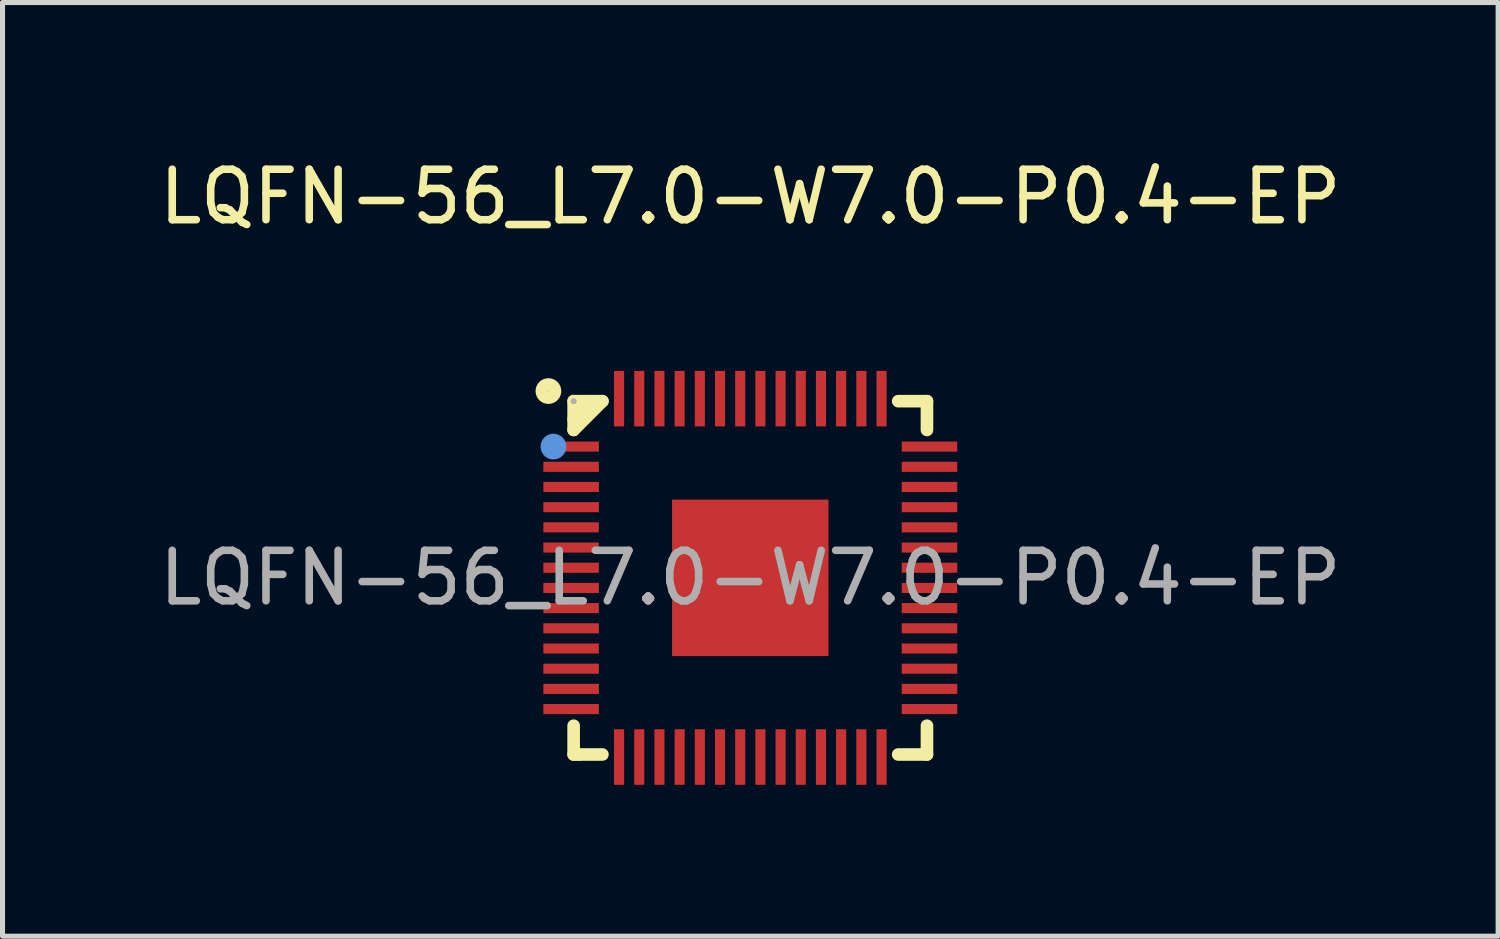
<source format=kicad_pcb>
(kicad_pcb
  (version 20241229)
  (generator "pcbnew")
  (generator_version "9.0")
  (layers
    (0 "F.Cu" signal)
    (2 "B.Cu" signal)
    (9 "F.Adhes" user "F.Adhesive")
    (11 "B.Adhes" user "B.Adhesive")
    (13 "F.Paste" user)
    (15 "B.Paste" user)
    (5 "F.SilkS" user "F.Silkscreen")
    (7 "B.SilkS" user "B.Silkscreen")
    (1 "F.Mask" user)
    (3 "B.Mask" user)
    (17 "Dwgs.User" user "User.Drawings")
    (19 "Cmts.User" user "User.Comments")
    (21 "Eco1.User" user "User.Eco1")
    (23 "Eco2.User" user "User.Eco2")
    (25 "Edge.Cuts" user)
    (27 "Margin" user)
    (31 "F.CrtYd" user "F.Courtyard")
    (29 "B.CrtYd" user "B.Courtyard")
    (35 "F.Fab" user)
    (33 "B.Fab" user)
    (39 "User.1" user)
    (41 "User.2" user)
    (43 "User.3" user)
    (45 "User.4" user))
  (footprint "LQFN-56_L7.0-W7.0-P0.4-EP"
    (layer "F.Cu")
    (at 11.815 8.398)
    (property "Reference" "LQFN-56_L7.0-W7.0-P0.4-EP" (at 0 -7.55 0) (layer "F.SilkS") (effects (font (size 1 1) (thickness 0.15))))
    (attr smd)
    (fp_line (start -3.5 -3.5) (end -2.93 -3.5) (stroke (width 0.25) (type solid)) (layer "F.SilkS"))
    (fp_line (start -3.5 -2.93) (end -3.5 -3.5) (stroke (width 0.25) (type solid)) (layer "F.SilkS"))
    (fp_line (start -3.5 -2.93) (end -2.93 -3.5) (stroke (width 0.25) (type solid)) (layer "F.SilkS"))
    (fp_line (start -3.5 3.5) (end -3.5 2.93) (stroke (width 0.25) (type solid)) (layer "F.SilkS"))
    (fp_line (start -3.4 3.5) (end -3.5 3.5) (stroke (width 0.25) (type solid)) (layer "F.SilkS"))
    (fp_line (start -3.24 -3.5) (end -3.24 -3.4) (stroke (width 0.25) (type solid)) (layer "F.SilkS"))
    (fp_line (start -3.24 -3.4) (end -3.5 -3.14) (stroke (width 0.25) (type solid)) (layer "F.SilkS"))
    (fp_line (start -2.93 3.5) (end -3.4 3.5) (stroke (width 0.25) (type solid)) (layer "F.SilkS"))
    (fp_line (start 2.93 -3.5) (end 3.5 -3.5) (stroke (width 0.25) (type solid)) (layer "F.SilkS"))
    (fp_line (start 3.5 -3.5) (end 3.5 -2.93) (stroke (width 0.25) (type solid)) (layer "F.SilkS"))
    (fp_line (start 3.5 2.93) (end 3.5 3.5) (stroke (width 0.25) (type solid)) (layer "F.SilkS"))
    (fp_line (start 3.5 3.5) (end 2.93 3.5) (stroke (width 0.25) (type solid)) (layer "F.SilkS"))
    (fp_circle (center -4 -3.7) (end -3.87 -3.7) (stroke (width 0.25) (type solid)) (fill no) (layer "F.SilkS"))
    (fp_circle (center -3.9 -2.6) (end -3.77 -2.6) (stroke (width 0.25) (type solid)) (fill no) (layer "Cmts.User"))
    (fp_circle (center -3.5 -3.5) (end -3.47 -3.5) (stroke (width 0.06) (type solid)) (fill no) (layer "F.Fab"))
    (fp_text user "${REFERENCE}" (at 0 0 0) (layer "F.Fab") (effects (font (size 1 1) (thickness 0.15))))
    (pad "1" smd rect (at -3.55 -2.6) (size 1.1 0.2) (layers "F.Cu" "F.Mask" "F.Paste"))
    (pad "2" smd rect (at -3.55 -2.2) (size 1.1 0.2) (layers "F.Cu" "F.Mask" "F.Paste"))
    (pad "3" smd rect (at -3.55 -1.8) (size 1.1 0.2) (layers "F.Cu" "F.Mask" "F.Paste"))
    (pad "4" smd rect (at -3.55 -1.4) (size 1.1 0.2) (layers "F.Cu" "F.Mask" "F.Paste"))
    (pad "5" smd rect (at -3.55 -1) (size 1.1 0.2) (layers "F.Cu" "F.Mask" "F.Paste"))
    (pad "6" smd rect (at -3.55 -0.6) (size 1.1 0.2) (layers "F.Cu" "F.Mask" "F.Paste"))
    (pad "7" smd rect (at -3.55 -0.2) (size 1.1 0.2) (layers "F.Cu" "F.Mask" "F.Paste"))
    (pad "8" smd rect (at -3.55 0.2) (size 1.1 0.2) (layers "F.Cu" "F.Mask" "F.Paste"))
    (pad "9" smd rect (at -3.55 0.6) (size 1.1 0.2) (layers "F.Cu" "F.Mask" "F.Paste"))
    (pad "10" smd rect (at -3.55 1) (size 1.1 0.2) (layers "F.Cu" "F.Mask" "F.Paste"))
    (pad "11" smd rect (at -3.55 1.4) (size 1.1 0.2) (layers "F.Cu" "F.Mask" "F.Paste"))
    (pad "12" smd rect (at -3.55 1.8) (size 1.1 0.2) (layers "F.Cu" "F.Mask" "F.Paste"))
    (pad "13" smd rect (at -3.55 2.2) (size 1.1 0.2) (layers "F.Cu" "F.Mask" "F.Paste"))
    (pad "14" smd rect (at -3.55 2.6) (size 1.1 0.2) (layers "F.Cu" "F.Mask" "F.Paste"))
    (pad "15" smd rect (at -2.6 3.55 90) (size 1.1 0.2) (layers "F.Cu" "F.Mask" "F.Paste"))
    (pad "16" smd rect (at -2.2 3.55 90) (size 1.1 0.2) (layers "F.Cu" "F.Mask" "F.Paste"))
    (pad "17" smd rect (at -1.8 3.55 90) (size 1.1 0.2) (layers "F.Cu" "F.Mask" "F.Paste"))
    (pad "18" smd rect (at -1.4 3.55 90) (size 1.1 0.2) (layers "F.Cu" "F.Mask" "F.Paste"))
    (pad "19" smd rect (at -1 3.55 90) (size 1.1 0.2) (layers "F.Cu" "F.Mask" "F.Paste"))
    (pad "20" smd rect (at -0.6 3.55 90) (size 1.1 0.2) (layers "F.Cu" "F.Mask" "F.Paste"))
    (pad "21" smd rect (at -0.2 3.55 90) (size 1.1 0.2) (layers "F.Cu" "F.Mask" "F.Paste"))
    (pad "22" smd rect (at 0.2 3.55 90) (size 1.1 0.2) (layers "F.Cu" "F.Mask" "F.Paste"))
    (pad "23" smd rect (at 0.6 3.55 90) (size 1.1 0.2) (layers "F.Cu" "F.Mask" "F.Paste"))
    (pad "24" smd rect (at 1 3.55 90) (size 1.1 0.2) (layers "F.Cu" "F.Mask" "F.Paste"))
    (pad "25" smd rect (at 1.4 3.55 90) (size 1.1 0.2) (layers "F.Cu" "F.Mask" "F.Paste"))
    (pad "26" smd rect (at 1.8 3.55 90) (size 1.1 0.2) (layers "F.Cu" "F.Mask" "F.Paste"))
    (pad "27" smd rect (at 2.2 3.55 90) (size 1.1 0.2) (layers "F.Cu" "F.Mask" "F.Paste"))
    (pad "28" smd rect (at 2.6 3.55 90) (size 1.1 0.2) (layers "F.Cu" "F.Mask" "F.Paste"))
    (pad "29" smd rect (at 3.55 2.6 180) (size 1.1 0.2) (layers "F.Cu" "F.Mask" "F.Paste"))
    (pad "30" smd rect (at 3.55 2.2 180) (size 1.1 0.2) (layers "F.Cu" "F.Mask" "F.Paste"))
    (pad "31" smd rect (at 3.55 1.8 180) (size 1.1 0.2) (layers "F.Cu" "F.Mask" "F.Paste"))
    (pad "32" smd rect (at 3.55 1.4 180) (size 1.1 0.2) (layers "F.Cu" "F.Mask" "F.Paste"))
    (pad "33" smd rect (at 3.55 1 180) (size 1.1 0.2) (layers "F.Cu" "F.Mask" "F.Paste"))
    (pad "34" smd rect (at 3.55 0.6 180) (size 1.1 0.2) (layers "F.Cu" "F.Mask" "F.Paste"))
    (pad "35" smd rect (at 3.55 0.2 180) (size 1.1 0.2) (layers "F.Cu" "F.Mask" "F.Paste"))
    (pad "36" smd rect (at 3.55 -0.2 180) (size 1.1 0.2) (layers "F.Cu" "F.Mask" "F.Paste"))
    (pad "37" smd rect (at 3.55 -0.6 180) (size 1.1 0.2) (layers "F.Cu" "F.Mask" "F.Paste"))
    (pad "38" smd rect (at 3.55 -1 180) (size 1.1 0.2) (layers "F.Cu" "F.Mask" "F.Paste"))
    (pad "39" smd rect (at 3.55 -1.4 180) (size 1.1 0.2) (layers "F.Cu" "F.Mask" "F.Paste"))
    (pad "40" smd rect (at 3.55 -1.8 180) (size 1.1 0.2) (layers "F.Cu" "F.Mask" "F.Paste"))
    (pad "41" smd rect (at 3.55 -2.2 180) (size 1.1 0.2) (layers "F.Cu" "F.Mask" "F.Paste"))
    (pad "42" smd rect (at 3.55 -2.6 180) (size 1.1 0.2) (layers "F.Cu" "F.Mask" "F.Paste"))
    (pad "43" smd rect (at 2.6 -3.55 270) (size 1.1 0.2) (layers "F.Cu" "F.Mask" "F.Paste"))
    (pad "44" smd rect (at 2.2 -3.55 270) (size 1.1 0.2) (layers "F.Cu" "F.Mask" "F.Paste"))
    (pad "45" smd rect (at 1.8 -3.55 270) (size 1.1 0.2) (layers "F.Cu" "F.Mask" "F.Paste"))
    (pad "46" smd rect (at 1.4 -3.55 270) (size 1.1 0.2) (layers "F.Cu" "F.Mask" "F.Paste"))
    (pad "47" smd rect (at 1 -3.55 270) (size 1.1 0.2) (layers "F.Cu" "F.Mask" "F.Paste"))
    (pad "48" smd rect (at 0.6 -3.55 270) (size 1.1 0.2) (layers "F.Cu" "F.Mask" "F.Paste"))
    (pad "49" smd rect (at 0.2 -3.55 270) (size 1.1 0.2) (layers "F.Cu" "F.Mask" "F.Paste"))
    (pad "50" smd rect (at -0.2 -3.55 270) (size 1.1 0.2) (layers "F.Cu" "F.Mask" "F.Paste"))
    (pad "51" smd rect (at -0.6 -3.55 270) (size 1.1 0.2) (layers "F.Cu" "F.Mask" "F.Paste"))
    (pad "52" smd rect (at -1 -3.55 270) (size 1.1 0.2) (layers "F.Cu" "F.Mask" "F.Paste"))
    (pad "53" smd rect (at -1.4 -3.55 270) (size 1.1 0.2) (layers "F.Cu" "F.Mask" "F.Paste"))
    (pad "54" smd rect (at -1.8 -3.55 270) (size 1.1 0.2) (layers "F.Cu" "F.Mask" "F.Paste"))
    (pad "55" smd rect (at -2.2 -3.55 270) (size 1.1 0.2) (layers "F.Cu" "F.Mask" "F.Paste"))
    (pad "56" smd rect (at -2.6 -3.55 270) (size 1.1 0.2) (layers "F.Cu" "F.Mask" "F.Paste"))
    (pad "57" smd rect (at 0 0) (size 3.1 3.1) (layers "F.Cu" "F.Mask" "F.Paste")))
  (gr_rect
    (start -3 -3)
    (end 26.631 15.498)
    (stroke (width 0.1) (type default))
    (fill no)
    (layer "Edge.Cuts")))
</source>
